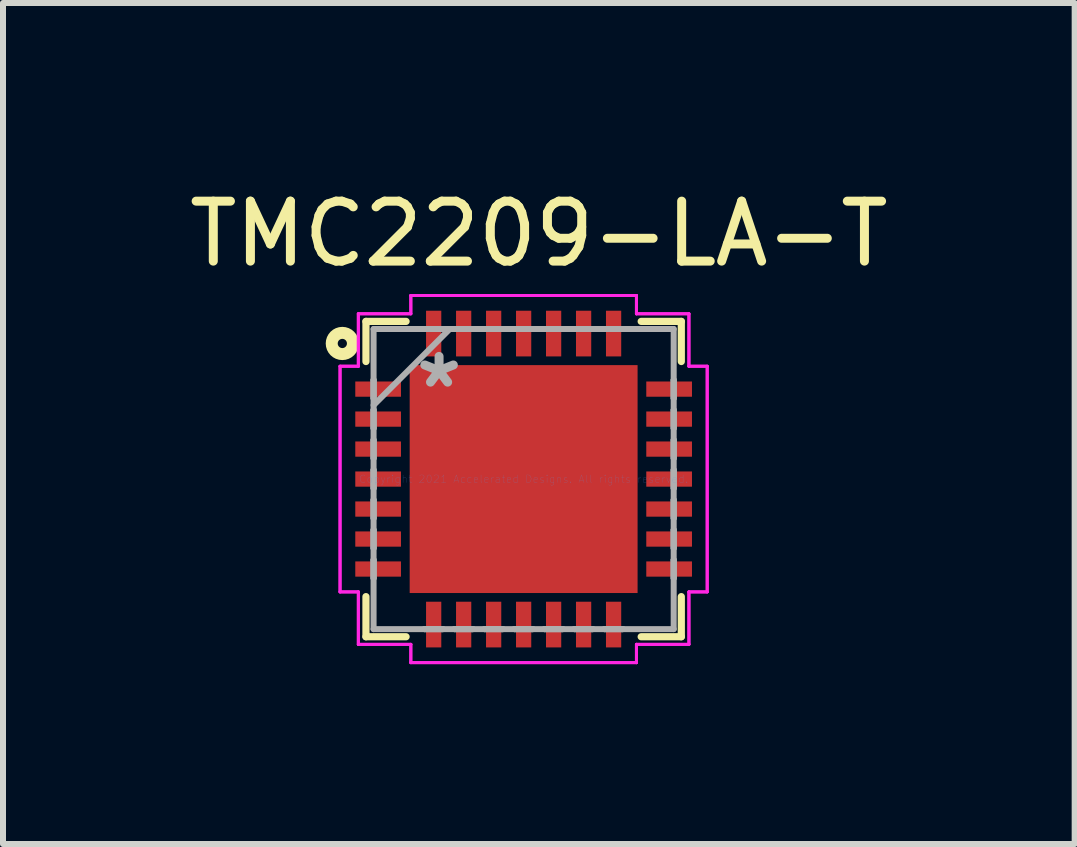
<source format=kicad_pcb>
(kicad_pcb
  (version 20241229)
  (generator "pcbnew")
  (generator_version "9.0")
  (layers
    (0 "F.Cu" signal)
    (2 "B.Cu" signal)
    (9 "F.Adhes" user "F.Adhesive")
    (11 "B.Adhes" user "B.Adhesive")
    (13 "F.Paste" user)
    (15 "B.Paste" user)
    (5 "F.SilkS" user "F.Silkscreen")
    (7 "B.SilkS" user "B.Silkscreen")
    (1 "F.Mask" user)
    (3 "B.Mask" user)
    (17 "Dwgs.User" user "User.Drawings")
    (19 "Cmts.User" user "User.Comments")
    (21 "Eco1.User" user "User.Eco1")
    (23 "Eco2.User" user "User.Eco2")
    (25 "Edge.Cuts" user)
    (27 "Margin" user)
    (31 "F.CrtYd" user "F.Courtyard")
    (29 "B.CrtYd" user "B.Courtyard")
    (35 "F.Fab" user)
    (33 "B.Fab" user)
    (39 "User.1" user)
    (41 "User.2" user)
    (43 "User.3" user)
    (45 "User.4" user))
  (footprint "TMC2209-LA-T"
    (layer "F.Cu")
    (at 5.681 4.938)
    (property "Reference" "TMC2209-LA-T" (at 0.254 -4.089 0) (layer "F.SilkS") (effects (font (size 1 1) (thickness 0.15))))
    (attr through_hole)
    (fp_line (start -2.629 -2.629) (end -2.629 -1.96) (stroke (width 0.12) (type solid)) (layer "F.SilkS"))
    (fp_line (start -2.629 1.96) (end -2.629 2.629) (stroke (width 0.12) (type solid)) (layer "F.SilkS"))
    (fp_line (start -2.629 2.629) (end -1.96 2.629) (stroke (width 0.12) (type solid)) (layer "F.SilkS"))
    (fp_line (start -1.96 -2.629) (end -2.629 -2.629) (stroke (width 0.12) (type solid)) (layer "F.SilkS"))
    (fp_line (start 1.96 2.629) (end 2.629 2.629) (stroke (width 0.12) (type solid)) (layer "F.SilkS"))
    (fp_line (start 2.629 -2.629) (end 1.96 -2.629) (stroke (width 0.12) (type solid)) (layer "F.SilkS"))
    (fp_line (start 2.629 -1.96) (end 2.629 -2.629) (stroke (width 0.12) (type solid)) (layer "F.SilkS"))
    (fp_line (start 2.629 2.629) (end 2.629 1.96) (stroke (width 0.12) (type solid)) (layer "F.SilkS"))
    (fp_circle (center -3.023 -2.261) (end -2.946 -2.261) (stroke (width 0.2) (type solid)) (fill no) (layer "F.SilkS"))
    (fp_line (start -3.061 -1.881) (end -2.756 -1.881) (stroke (width 0.05) (type solid)) (layer "F.CrtYd"))
    (fp_line (start -3.061 -1.881) (end -2.756 -1.881) (stroke (width 0.05) (type solid)) (layer "F.CrtYd"))
    (fp_line (start -3.061 1.881) (end -3.061 -1.881) (stroke (width 0.05) (type solid)) (layer "F.CrtYd"))
    (fp_line (start -3.061 1.881) (end -3.061 -1.881) (stroke (width 0.05) (type solid)) (layer "F.CrtYd"))
    (fp_line (start -2.756 -2.756) (end -1.881 -2.756) (stroke (width 0.05) (type solid)) (layer "F.CrtYd"))
    (fp_line (start -2.756 -2.756) (end -1.881 -2.756) (stroke (width 0.05) (type solid)) (layer "F.CrtYd"))
    (fp_line (start -2.756 -1.881) (end -2.756 -2.756) (stroke (width 0.05) (type solid)) (layer "F.CrtYd"))
    (fp_line (start -2.756 -1.881) (end -2.756 -2.756) (stroke (width 0.05) (type solid)) (layer "F.CrtYd"))
    (fp_line (start -2.756 1.881) (end -3.061 1.881) (stroke (width 0.05) (type solid)) (layer "F.CrtYd"))
    (fp_line (start -2.756 1.881) (end -3.061 1.881) (stroke (width 0.05) (type solid)) (layer "F.CrtYd"))
    (fp_line (start -2.756 2.756) (end -2.756 1.881) (stroke (width 0.05) (type solid)) (layer "F.CrtYd"))
    (fp_line (start -2.756 2.756) (end -2.756 1.881) (stroke (width 0.05) (type solid)) (layer "F.CrtYd"))
    (fp_line (start -1.881 -3.061) (end 1.881 -3.061) (stroke (width 0.05) (type solid)) (layer "F.CrtYd"))
    (fp_line (start -1.881 -3.061) (end 1.881 -3.061) (stroke (width 0.05) (type solid)) (layer "F.CrtYd"))
    (fp_line (start -1.881 -2.756) (end -1.881 -3.061) (stroke (width 0.05) (type solid)) (layer "F.CrtYd"))
    (fp_line (start -1.881 -2.756) (end -1.881 -3.061) (stroke (width 0.05) (type solid)) (layer "F.CrtYd"))
    (fp_line (start -1.881 2.756) (end -2.756 2.756) (stroke (width 0.05) (type solid)) (layer "F.CrtYd"))
    (fp_line (start -1.881 2.756) (end -2.756 2.756) (stroke (width 0.05) (type solid)) (layer "F.CrtYd"))
    (fp_line (start -1.881 3.061) (end -1.881 2.756) (stroke (width 0.05) (type solid)) (layer "F.CrtYd"))
    (fp_line (start -1.881 3.061) (end -1.881 2.756) (stroke (width 0.05) (type solid)) (layer "F.CrtYd"))
    (fp_line (start 1.881 -3.061) (end 1.881 -2.756) (stroke (width 0.05) (type solid)) (layer "F.CrtYd"))
    (fp_line (start 1.881 -3.061) (end 1.881 -2.756) (stroke (width 0.05) (type solid)) (layer "F.CrtYd"))
    (fp_line (start 1.881 -2.756) (end 2.756 -2.756) (stroke (width 0.05) (type solid)) (layer "F.CrtYd"))
    (fp_line (start 1.881 -2.756) (end 2.756 -2.756) (stroke (width 0.05) (type solid)) (layer "F.CrtYd"))
    (fp_line (start 1.881 2.756) (end 1.881 3.061) (stroke (width 0.05) (type solid)) (layer "F.CrtYd"))
    (fp_line (start 1.881 2.756) (end 1.881 3.061) (stroke (width 0.05) (type solid)) (layer "F.CrtYd"))
    (fp_line (start 1.881 3.061) (end -1.881 3.061) (stroke (width 0.05) (type solid)) (layer "F.CrtYd"))
    (fp_line (start 1.881 3.061) (end -1.881 3.061) (stroke (width 0.05) (type solid)) (layer "F.CrtYd"))
    (fp_line (start 2.756 -2.756) (end 2.756 -1.881) (stroke (width 0.05) (type solid)) (layer "F.CrtYd"))
    (fp_line (start 2.756 -2.756) (end 2.756 -1.881) (stroke (width 0.05) (type solid)) (layer "F.CrtYd"))
    (fp_line (start 2.756 -1.881) (end 3.061 -1.881) (stroke (width 0.05) (type solid)) (layer "F.CrtYd"))
    (fp_line (start 2.756 -1.881) (end 3.061 -1.881) (stroke (width 0.05) (type solid)) (layer "F.CrtYd"))
    (fp_line (start 2.756 1.881) (end 2.756 2.756) (stroke (width 0.05) (type solid)) (layer "F.CrtYd"))
    (fp_line (start 2.756 1.881) (end 2.756 2.756) (stroke (width 0.05) (type solid)) (layer "F.CrtYd"))
    (fp_line (start 2.756 2.756) (end 1.881 2.756) (stroke (width 0.05) (type solid)) (layer "F.CrtYd"))
    (fp_line (start 2.756 2.756) (end 1.881 2.756) (stroke (width 0.05) (type solid)) (layer "F.CrtYd"))
    (fp_line (start 3.061 -1.881) (end 3.061 1.881) (stroke (width 0.05) (type solid)) (layer "F.CrtYd"))
    (fp_line (start 3.061 -1.881) (end 3.061 1.881) (stroke (width 0.05) (type solid)) (layer "F.CrtYd"))
    (fp_line (start 3.061 1.881) (end 2.756 1.881) (stroke (width 0.05) (type solid)) (layer "F.CrtYd"))
    (fp_line (start 3.061 1.881) (end 2.756 1.881) (stroke (width 0.05) (type solid)) (layer "F.CrtYd"))
    (fp_line (start -2.502 -2.502) (end -2.502 2.502) (stroke (width 0.1) (type solid)) (layer "F.Fab"))
    (fp_line (start -2.502 -1.652) (end -2.502 -1.652) (stroke (width 0.1) (type solid)) (layer "F.Fab"))
    (fp_line (start -2.502 -1.652) (end -2.502 -1.348) (stroke (width 0.1) (type solid)) (layer "F.Fab"))
    (fp_line (start -2.502 -1.348) (end -2.502 -1.652) (stroke (width 0.1) (type solid)) (layer "F.Fab"))
    (fp_line (start -2.502 -1.348) (end -2.502 -1.348) (stroke (width 0.1) (type solid)) (layer "F.Fab"))
    (fp_line (start -2.502 -1.232) (end -1.232 -2.502) (stroke (width 0.1) (type solid)) (layer "F.Fab"))
    (fp_line (start -2.502 -1.152) (end -2.502 -1.152) (stroke (width 0.1) (type solid)) (layer "F.Fab"))
    (fp_line (start -2.502 -1.152) (end -2.502 -0.848) (stroke (width 0.1) (type solid)) (layer "F.Fab"))
    (fp_line (start -2.502 -0.848) (end -2.502 -1.152) (stroke (width 0.1) (type solid)) (layer "F.Fab"))
    (fp_line (start -2.502 -0.848) (end -2.502 -0.848) (stroke (width 0.1) (type solid)) (layer "F.Fab"))
    (fp_line (start -2.502 -0.652) (end -2.502 -0.652) (stroke (width 0.1) (type solid)) (layer "F.Fab"))
    (fp_line (start -2.502 -0.652) (end -2.502 -0.348) (stroke (width 0.1) (type solid)) (layer "F.Fab"))
    (fp_line (start -2.502 -0.348) (end -2.502 -0.652) (stroke (width 0.1) (type solid)) (layer "F.Fab"))
    (fp_line (start -2.502 -0.348) (end -2.502 -0.348) (stroke (width 0.1) (type solid)) (layer "F.Fab"))
    (fp_line (start -2.502 -0.152) (end -2.502 -0.152) (stroke (width 0.1) (type solid)) (layer "F.Fab"))
    (fp_line (start -2.502 -0.152) (end -2.502 0.152) (stroke (width 0.1) (type solid)) (layer "F.Fab"))
    (fp_line (start -2.502 0.152) (end -2.502 -0.152) (stroke (width 0.1) (type solid)) (layer "F.Fab"))
    (fp_line (start -2.502 0.152) (end -2.502 0.152) (stroke (width 0.1) (type solid)) (layer "F.Fab"))
    (fp_line (start -2.502 0.348) (end -2.502 0.348) (stroke (width 0.1) (type solid)) (layer "F.Fab"))
    (fp_line (start -2.502 0.348) (end -2.502 0.652) (stroke (width 0.1) (type solid)) (layer "F.Fab"))
    (fp_line (start -2.502 0.652) (end -2.502 0.348) (stroke (width 0.1) (type solid)) (layer "F.Fab"))
    (fp_line (start -2.502 0.652) (end -2.502 0.652) (stroke (width 0.1) (type solid)) (layer "F.Fab"))
    (fp_line (start -2.502 0.848) (end -2.502 0.848) (stroke (width 0.1) (type solid)) (layer "F.Fab"))
    (fp_line (start -2.502 0.848) (end -2.502 1.152) (stroke (width 0.1) (type solid)) (layer "F.Fab"))
    (fp_line (start -2.502 1.152) (end -2.502 0.848) (stroke (width 0.1) (type solid)) (layer "F.Fab"))
    (fp_line (start -2.502 1.152) (end -2.502 1.152) (stroke (width 0.1) (type solid)) (layer "F.Fab"))
    (fp_line (start -2.502 1.348) (end -2.502 1.348) (stroke (width 0.1) (type solid)) (layer "F.Fab"))
    (fp_line (start -2.502 1.348) (end -2.502 1.652) (stroke (width 0.1) (type solid)) (layer "F.Fab"))
    (fp_line (start -2.502 1.652) (end -2.502 1.348) (stroke (width 0.1) (type solid)) (layer "F.Fab"))
    (fp_line (start -2.502 1.652) (end -2.502 1.652) (stroke (width 0.1) (type solid)) (layer "F.Fab"))
    (fp_line (start -2.502 2.502) (end 2.502 2.502) (stroke (width 0.1) (type solid)) (layer "F.Fab"))
    (fp_line (start -1.652 -2.502) (end -1.652 -2.502) (stroke (width 0.1) (type solid)) (layer "F.Fab"))
    (fp_line (start -1.652 -2.502) (end -1.348 -2.502) (stroke (width 0.1) (type solid)) (layer "F.Fab"))
    (fp_line (start -1.652 2.502) (end -1.652 2.502) (stroke (width 0.1) (type solid)) (layer "F.Fab"))
    (fp_line (start -1.652 2.502) (end -1.348 2.502) (stroke (width 0.1) (type solid)) (layer "F.Fab"))
    (fp_line (start -1.348 -2.502) (end -1.652 -2.502) (stroke (width 0.1) (type solid)) (layer "F.Fab"))
    (fp_line (start -1.348 -2.502) (end -1.348 -2.502) (stroke (width 0.1) (type solid)) (layer "F.Fab"))
    (fp_line (start -1.348 2.502) (end -1.652 2.502) (stroke (width 0.1) (type solid)) (layer "F.Fab"))
    (fp_line (start -1.348 2.502) (end -1.348 2.502) (stroke (width 0.1) (type solid)) (layer "F.Fab"))
    (fp_line (start -1.152 -2.502) (end -1.152 -2.502) (stroke (width 0.1) (type solid)) (layer "F.Fab"))
    (fp_line (start -1.152 -2.502) (end -0.848 -2.502) (stroke (width 0.1) (type solid)) (layer "F.Fab"))
    (fp_line (start -1.152 2.502) (end -1.152 2.502) (stroke (width 0.1) (type solid)) (layer "F.Fab"))
    (fp_line (start -1.152 2.502) (end -0.848 2.502) (stroke (width 0.1) (type solid)) (layer "F.Fab"))
    (fp_line (start -0.848 -2.502) (end -1.152 -2.502) (stroke (width 0.1) (type solid)) (layer "F.Fab"))
    (fp_line (start -0.848 -2.502) (end -0.848 -2.502) (stroke (width 0.1) (type solid)) (layer "F.Fab"))
    (fp_line (start -0.848 2.502) (end -1.152 2.502) (stroke (width 0.1) (type solid)) (layer "F.Fab"))
    (fp_line (start -0.848 2.502) (end -0.848 2.502) (stroke (width 0.1) (type solid)) (layer "F.Fab"))
    (fp_line (start -0.652 -2.502) (end -0.652 -2.502) (stroke (width 0.1) (type solid)) (layer "F.Fab"))
    (fp_line (start -0.652 -2.502) (end -0.348 -2.502) (stroke (width 0.1) (type solid)) (layer "F.Fab"))
    (fp_line (start -0.652 2.502) (end -0.652 2.502) (stroke (width 0.1) (type solid)) (layer "F.Fab"))
    (fp_line (start -0.652 2.502) (end -0.348 2.502) (stroke (width 0.1) (type solid)) (layer "F.Fab"))
    (fp_line (start -0.348 -2.502) (end -0.652 -2.502) (stroke (width 0.1) (type solid)) (layer "F.Fab"))
    (fp_line (start -0.348 -2.502) (end -0.348 -2.502) (stroke (width 0.1) (type solid)) (layer "F.Fab"))
    (fp_line (start -0.348 2.502) (end -0.652 2.502) (stroke (width 0.1) (type solid)) (layer "F.Fab"))
    (fp_line (start -0.348 2.502) (end -0.348 2.502) (stroke (width 0.1) (type solid)) (layer "F.Fab"))
    (fp_line (start -0.152 -2.502) (end -0.152 -2.502) (stroke (width 0.1) (type solid)) (layer "F.Fab"))
    (fp_line (start -0.152 -2.502) (end 0.152 -2.502) (stroke (width 0.1) (type solid)) (layer "F.Fab"))
    (fp_line (start -0.152 2.502) (end -0.152 2.502) (stroke (width 0.1) (type solid)) (layer "F.Fab"))
    (fp_line (start -0.152 2.502) (end 0.152 2.502) (stroke (width 0.1) (type solid)) (layer "F.Fab"))
    (fp_line (start 0.152 -2.502) (end -0.152 -2.502) (stroke (width 0.1) (type solid)) (layer "F.Fab"))
    (fp_line (start 0.152 -2.502) (end 0.152 -2.502) (stroke (width 0.1) (type solid)) (layer "F.Fab"))
    (fp_line (start 0.152 2.502) (end -0.152 2.502) (stroke (width 0.1) (type solid)) (layer "F.Fab"))
    (fp_line (start 0.152 2.502) (end 0.152 2.502) (stroke (width 0.1) (type solid)) (layer "F.Fab"))
    (fp_line (start 0.348 -2.502) (end 0.348 -2.502) (stroke (width 0.1) (type solid)) (layer "F.Fab"))
    (fp_line (start 0.348 -2.502) (end 0.652 -2.502) (stroke (width 0.1) (type solid)) (layer "F.Fab"))
    (fp_line (start 0.348 2.502) (end 0.348 2.502) (stroke (width 0.1) (type solid)) (layer "F.Fab"))
    (fp_line (start 0.348 2.502) (end 0.652 2.502) (stroke (width 0.1) (type solid)) (layer "F.Fab"))
    (fp_line (start 0.652 -2.502) (end 0.348 -2.502) (stroke (width 0.1) (type solid)) (layer "F.Fab"))
    (fp_line (start 0.652 -2.502) (end 0.652 -2.502) (stroke (width 0.1) (type solid)) (layer "F.Fab"))
    (fp_line (start 0.652 2.502) (end 0.348 2.502) (stroke (width 0.1) (type solid)) (layer "F.Fab"))
    (fp_line (start 0.652 2.502) (end 0.652 2.502) (stroke (width 0.1) (type solid)) (layer "F.Fab"))
    (fp_line (start 0.848 -2.502) (end 0.848 -2.502) (stroke (width 0.1) (type solid)) (layer "F.Fab"))
    (fp_line (start 0.848 -2.502) (end 1.152 -2.502) (stroke (width 0.1) (type solid)) (layer "F.Fab"))
    (fp_line (start 0.848 2.502) (end 0.848 2.502) (stroke (width 0.1) (type solid)) (layer "F.Fab"))
    (fp_line (start 0.848 2.502) (end 1.152 2.502) (stroke (width 0.1) (type solid)) (layer "F.Fab"))
    (fp_line (start 1.152 -2.502) (end 0.848 -2.502) (stroke (width 0.1) (type solid)) (layer "F.Fab"))
    (fp_line (start 1.152 -2.502) (end 1.152 -2.502) (stroke (width 0.1) (type solid)) (layer "F.Fab"))
    (fp_line (start 1.152 2.502) (end 0.848 2.502) (stroke (width 0.1) (type solid)) (layer "F.Fab"))
    (fp_line (start 1.152 2.502) (end 1.152 2.502) (stroke (width 0.1) (type solid)) (layer "F.Fab"))
    (fp_line (start 1.348 -2.502) (end 1.348 -2.502) (stroke (width 0.1) (type solid)) (layer "F.Fab"))
    (fp_line (start 1.348 -2.502) (end 1.652 -2.502) (stroke (width 0.1) (type solid)) (layer "F.Fab"))
    (fp_line (start 1.348 2.502) (end 1.348 2.502) (stroke (width 0.1) (type solid)) (layer "F.Fab"))
    (fp_line (start 1.348 2.502) (end 1.652 2.502) (stroke (width 0.1) (type solid)) (layer "F.Fab"))
    (fp_line (start 1.652 -2.502) (end 1.348 -2.502) (stroke (width 0.1) (type solid)) (layer "F.Fab"))
    (fp_line (start 1.652 -2.502) (end 1.652 -2.502) (stroke (width 0.1) (type solid)) (layer "F.Fab"))
    (fp_line (start 1.652 2.502) (end 1.348 2.502) (stroke (width 0.1) (type solid)) (layer "F.Fab"))
    (fp_line (start 1.652 2.502) (end 1.652 2.502) (stroke (width 0.1) (type solid)) (layer "F.Fab"))
    (fp_line (start 2.502 -2.502) (end -2.502 -2.502) (stroke (width 0.1) (type solid)) (layer "F.Fab"))
    (fp_line (start 2.502 -1.652) (end 2.502 -1.652) (stroke (width 0.1) (type solid)) (layer "F.Fab"))
    (fp_line (start 2.502 -1.652) (end 2.502 -1.348) (stroke (width 0.1) (type solid)) (layer "F.Fab"))
    (fp_line (start 2.502 -1.348) (end 2.502 -1.652) (stroke (width 0.1) (type solid)) (layer "F.Fab"))
    (fp_line (start 2.502 -1.348) (end 2.502 -1.348) (stroke (width 0.1) (type solid)) (layer "F.Fab"))
    (fp_line (start 2.502 -1.152) (end 2.502 -1.152) (stroke (width 0.1) (type solid)) (layer "F.Fab"))
    (fp_line (start 2.502 -1.152) (end 2.502 -0.848) (stroke (width 0.1) (type solid)) (layer "F.Fab"))
    (fp_line (start 2.502 -0.848) (end 2.502 -1.152) (stroke (width 0.1) (type solid)) (layer "F.Fab"))
    (fp_line (start 2.502 -0.848) (end 2.502 -0.848) (stroke (width 0.1) (type solid)) (layer "F.Fab"))
    (fp_line (start 2.502 -0.652) (end 2.502 -0.652) (stroke (width 0.1) (type solid)) (layer "F.Fab"))
    (fp_line (start 2.502 -0.652) (end 2.502 -0.348) (stroke (width 0.1) (type solid)) (layer "F.Fab"))
    (fp_line (start 2.502 -0.348) (end 2.502 -0.652) (stroke (width 0.1) (type solid)) (layer "F.Fab"))
    (fp_line (start 2.502 -0.348) (end 2.502 -0.348) (stroke (width 0.1) (type solid)) (layer "F.Fab"))
    (fp_line (start 2.502 -0.152) (end 2.502 -0.152) (stroke (width 0.1) (type solid)) (layer "F.Fab"))
    (fp_line (start 2.502 -0.152) (end 2.502 0.152) (stroke (width 0.1) (type solid)) (layer "F.Fab"))
    (fp_line (start 2.502 0.152) (end 2.502 -0.152) (stroke (width 0.1) (type solid)) (layer "F.Fab"))
    (fp_line (start 2.502 0.152) (end 2.502 0.152) (stroke (width 0.1) (type solid)) (layer "F.Fab"))
    (fp_line (start 2.502 0.348) (end 2.502 0.348) (stroke (width 0.1) (type solid)) (layer "F.Fab"))
    (fp_line (start 2.502 0.348) (end 2.502 0.652) (stroke (width 0.1) (type solid)) (layer "F.Fab"))
    (fp_line (start 2.502 0.652) (end 2.502 0.348) (stroke (width 0.1) (type solid)) (layer "F.Fab"))
    (fp_line (start 2.502 0.652) (end 2.502 0.652) (stroke (width 0.1) (type solid)) (layer "F.Fab"))
    (fp_line (start 2.502 0.848) (end 2.502 0.848) (stroke (width 0.1) (type solid)) (layer "F.Fab"))
    (fp_line (start 2.502 0.848) (end 2.502 1.152) (stroke (width 0.1) (type solid)) (layer "F.Fab"))
    (fp_line (start 2.502 1.152) (end 2.502 0.848) (stroke (width 0.1) (type solid)) (layer "F.Fab"))
    (fp_line (start 2.502 1.152) (end 2.502 1.152) (stroke (width 0.1) (type solid)) (layer "F.Fab"))
    (fp_line (start 2.502 1.348) (end 2.502 1.348) (stroke (width 0.1) (type solid)) (layer "F.Fab"))
    (fp_line (start 2.502 1.348) (end 2.502 1.652) (stroke (width 0.1) (type solid)) (layer "F.Fab"))
    (fp_line (start 2.502 1.652) (end 2.502 1.348) (stroke (width 0.1) (type solid)) (layer "F.Fab"))
    (fp_line (start 2.502 1.652) (end 2.502 1.652) (stroke (width 0.1) (type solid)) (layer "F.Fab"))
    (fp_line (start 2.502 2.502) (end 2.502 -2.502) (stroke (width 0.1) (type solid)) (layer "F.Fab"))
    (fp_text user "Copyright 2021 Accelerated Designs. All rights reserved." (at 0 0 0) (layer "Cmts.User") (effects (font (size 0.127 0.127) (thickness 0.002))))
    (fp_text user "*" (at -1.41 -1.5 0) (layer "F.Fab") (effects (font (size 1 1) (thickness 0.15))))
    (pad "1" smd rect (at -2.426 -1.5 90) (size 0.254 0.762) (layers "F.Cu" "F.Mask" "F.Paste"))
    (pad "2" smd rect (at -2.426 -1 90) (size 0.254 0.762) (layers "F.Cu" "F.Mask" "F.Paste"))
    (pad "3" smd rect (at -2.426 -0.5 90) (size 0.254 0.762) (layers "F.Cu" "F.Mask" "F.Paste"))
    (pad "4" smd rect (at -2.426 0 90) (size 0.254 0.762) (layers "F.Cu" "F.Mask" "F.Paste"))
    (pad "5" smd rect (at -2.426 0.5 90) (size 0.254 0.762) (layers "F.Cu" "F.Mask" "F.Paste"))
    (pad "6" smd rect (at -2.426 1 90) (size 0.254 0.762) (layers "F.Cu" "F.Mask" "F.Paste"))
    (pad "7" smd rect (at -2.426 1.5 90) (size 0.254 0.762) (layers "F.Cu" "F.Mask" "F.Paste"))
    (pad "8" smd rect (at -1.5 2.426) (size 0.254 0.762) (layers "F.Cu" "F.Mask" "F.Paste"))
    (pad "9" smd rect (at -1 2.426) (size 0.254 0.762) (layers "F.Cu" "F.Mask" "F.Paste"))
    (pad "10" smd rect (at -0.5 2.426) (size 0.254 0.762) (layers "F.Cu" "F.Mask" "F.Paste"))
    (pad "11" smd rect (at 0 2.426) (size 0.254 0.762) (layers "F.Cu" "F.Mask" "F.Paste"))
    (pad "12" smd rect (at 0.5 2.426) (size 0.254 0.762) (layers "F.Cu" "F.Mask" "F.Paste"))
    (pad "13" smd rect (at 1 2.426) (size 0.254 0.762) (layers "F.Cu" "F.Mask" "F.Paste"))
    (pad "14" smd rect (at 1.5 2.426) (size 0.254 0.762) (layers "F.Cu" "F.Mask" "F.Paste"))
    (pad "15" smd rect (at 2.426 1.5 90) (size 0.254 0.762) (layers "F.Cu" "F.Mask" "F.Paste"))
    (pad "16" smd rect (at 2.426 1 90) (size 0.254 0.762) (layers "F.Cu" "F.Mask" "F.Paste"))
    (pad "17" smd rect (at 2.426 0.5 90) (size 0.254 0.762) (layers "F.Cu" "F.Mask" "F.Paste"))
    (pad "18" smd rect (at 2.426 0 90) (size 0.254 0.762) (layers "F.Cu" "F.Mask" "F.Paste"))
    (pad "19" smd rect (at 2.426 -0.5 90) (size 0.254 0.762) (layers "F.Cu" "F.Mask" "F.Paste"))
    (pad "20" smd rect (at 2.426 -1 90) (size 0.254 0.762) (layers "F.Cu" "F.Mask" "F.Paste"))
    (pad "21" smd rect (at 2.426 -1.5 90) (size 0.254 0.762) (layers "F.Cu" "F.Mask" "F.Paste"))
    (pad "22" smd rect (at 1.5 -2.426) (size 0.254 0.762) (layers "F.Cu" "F.Mask" "F.Paste"))
    (pad "23" smd rect (at 1 -2.426) (size 0.254 0.762) (layers "F.Cu" "F.Mask" "F.Paste"))
    (pad "24" smd rect (at 0.5 -2.426) (size 0.254 0.762) (layers "F.Cu" "F.Mask" "F.Paste"))
    (pad "25" smd rect (at 0 -2.426) (size 0.254 0.762) (layers "F.Cu" "F.Mask" "F.Paste"))
    (pad "26" smd rect (at -0.5 -2.426) (size 0.254 0.762) (layers "F.Cu" "F.Mask" "F.Paste"))
    (pad "27" smd rect (at -1 -2.426) (size 0.254 0.762) (layers "F.Cu" "F.Mask" "F.Paste"))
    (pad "28" smd rect (at -1.5 -2.426) (size 0.254 0.762) (layers "F.Cu" "F.Mask" "F.Paste"))
    (pad "29" smd rect (at 0 0) (size 3.8 3.8) (layers "F.Cu" "F.Mask" "F.Paste")))
  (gr_rect
    (start -3 -3)
    (end 14.869 11.023)
    (stroke (width 0.1) (type default))
    (fill no)
    (layer "Edge.Cuts")))
</source>
